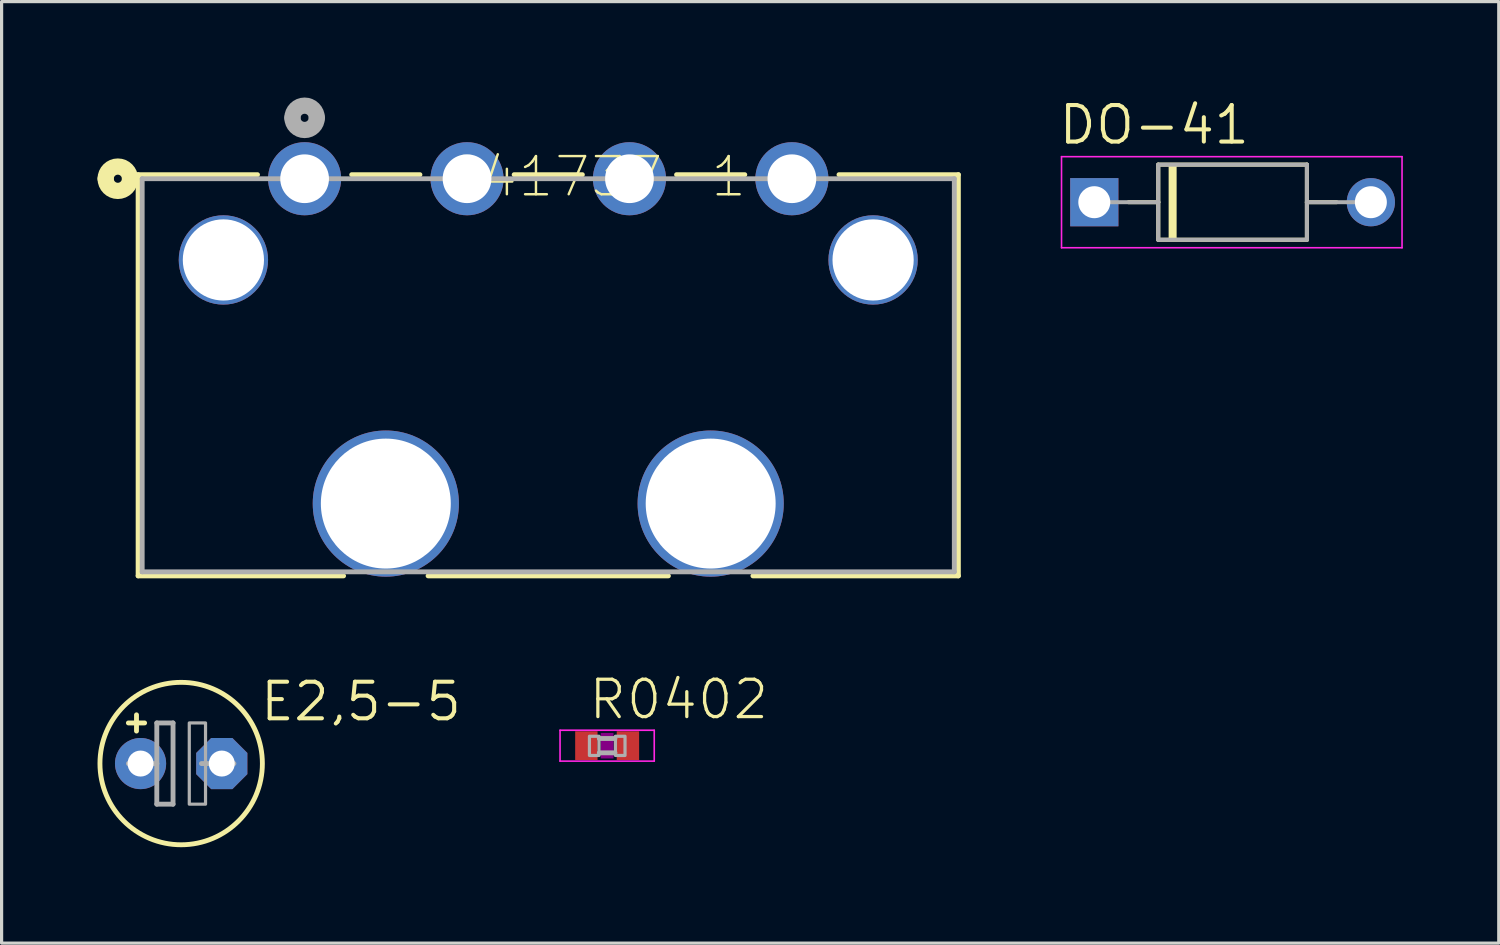
<source format=kicad_pcb>
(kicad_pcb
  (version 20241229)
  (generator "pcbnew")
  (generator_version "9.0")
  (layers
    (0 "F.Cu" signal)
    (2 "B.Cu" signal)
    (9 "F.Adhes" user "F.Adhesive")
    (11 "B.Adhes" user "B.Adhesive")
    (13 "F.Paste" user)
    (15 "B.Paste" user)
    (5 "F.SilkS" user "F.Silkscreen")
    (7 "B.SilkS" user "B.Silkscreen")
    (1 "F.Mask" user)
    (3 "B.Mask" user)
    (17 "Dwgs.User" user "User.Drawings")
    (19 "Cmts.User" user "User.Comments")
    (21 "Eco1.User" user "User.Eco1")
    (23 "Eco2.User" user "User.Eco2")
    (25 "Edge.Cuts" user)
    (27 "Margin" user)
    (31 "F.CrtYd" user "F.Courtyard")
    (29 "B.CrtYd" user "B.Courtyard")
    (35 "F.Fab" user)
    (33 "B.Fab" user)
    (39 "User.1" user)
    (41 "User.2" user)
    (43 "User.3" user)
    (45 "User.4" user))
  (footprint "R0402"
    (layer "F.Cu")
    (at 15.939 20.272)
    (property "Reference" "R0402" (at -0.635 -0.762 0) (layer "F.SilkS") (effects (font (size 1.168 1.168) (thickness 0.102)) (justify left bottom)))
    (fp_poly (pts (xy -0.2 0.4) (xy 0.2 0.4) (xy 0.2 -0.4) (xy -0.2 -0.4)) (stroke (width 0) (type default)) (fill yes) (layer "F.Adhes"))
    (fp_line (start -1.473 -0.483) (end 1.473 -0.483) (stroke (width 0.051) (type solid)) (layer "F.CrtYd"))
    (fp_line (start -1.473 0.483) (end -1.473 -0.483) (stroke (width 0.051) (type solid)) (layer "F.CrtYd"))
    (fp_line (start 1.473 -0.483) (end 1.473 0.483) (stroke (width 0.051) (type solid)) (layer "F.CrtYd"))
    (fp_line (start 1.473 0.483) (end -1.473 0.483) (stroke (width 0.051) (type solid)) (layer "F.CrtYd"))
    (fp_line (start -0.245 -0.224) (end 0.245 -0.224) (stroke (width 0.152) (type solid)) (layer "F.Fab"))
    (fp_line (start 0.245 0.224) (end -0.245 0.224) (stroke (width 0.152) (type solid)) (layer "F.Fab"))
    (fp_poly (pts (xy -0.554 0.305) (xy -0.254 0.305) (xy -0.254 -0.295) (xy -0.554 -0.295)) (stroke (width 0.1) (type default)) (fill no) (layer "F.Fab"))
    (fp_poly (pts (xy 0.259 0.305) (xy 0.559 0.305) (xy 0.559 -0.295) (xy 0.259 -0.295)) (stroke (width 0.1) (type default)) (fill no) (layer "F.Fab"))
    (pad "1" smd rect (at -0.65 0) (size 0.7 0.9) (layers "F.Cu" "F.Mask" "F.Paste"))
    (pad "2" smd rect (at 0.65 0) (size 0.7 0.9) (layers "F.Cu" "F.Mask" "F.Paste")))
  (footprint "641737-1"
    (layer "F.Cu")
    (at 21.717 2.54)
    (property "Reference" "641737-1" (at -10.897 0.635 0) (layer "F.SilkS") (effects (font (size 1.194 1.194) (thickness 0.076)) (justify left bottom)))
    (fp_line (start -20.447 -0.127) (end -20.447 12.421) (stroke (width 0.152) (type solid)) (layer "F.SilkS"))
    (fp_line (start -20.447 12.421) (end -14.021 12.421) (stroke (width 0.152) (type solid)) (layer "F.SilkS"))
    (fp_line (start -16.713 -0.127) (end -20.447 -0.127) (stroke (width 0.152) (type solid)) (layer "F.SilkS"))
    (fp_line (start -11.633 -0.127) (end -13.767 -0.127) (stroke (width 0.152) (type solid)) (layer "F.SilkS"))
    (fp_line (start -11.379 12.421) (end -3.861 12.421) (stroke (width 0.152) (type solid)) (layer "F.SilkS"))
    (fp_line (start -6.553 -0.127) (end -8.687 -0.127) (stroke (width 0.152) (type solid)) (layer "F.SilkS"))
    (fp_line (start -1.473 -0.127) (end -3.607 -0.127) (stroke (width 0.152) (type solid)) (layer "F.SilkS"))
    (fp_line (start -1.219 12.421) (end 5.207 12.421) (stroke (width 0.152) (type solid)) (layer "F.SilkS"))
    (fp_line (start 5.207 -0.127) (end 1.473 -0.127) (stroke (width 0.152) (type solid)) (layer "F.SilkS"))
    (fp_line (start 5.207 12.421) (end 5.207 -0.127) (stroke (width 0.152) (type solid)) (layer "F.SilkS"))
    (fp_arc (start -21.463 0) (mid -21.082 -0.381) (end -20.701 0) (stroke (width 0.508) (type solid)) (layer "F.SilkS"))
    (fp_arc (start -20.701 0) (mid -21.082 0.381) (end -21.463 0) (stroke (width 0.508) (type solid)) (layer "F.SilkS"))
    (fp_line (start -20.32 0) (end -20.32 12.294) (stroke (width 0.152) (type solid)) (layer "F.Fab"))
    (fp_line (start -20.32 12.294) (end 5.08 12.294) (stroke (width 0.152) (type solid)) (layer "F.Fab"))
    (fp_line (start 5.08 0) (end -20.32 0) (stroke (width 0.152) (type solid)) (layer "F.Fab"))
    (fp_line (start 5.08 12.294) (end 5.08 0) (stroke (width 0.152) (type solid)) (layer "F.Fab"))
    (fp_arc (start -15.621 -1.905) (mid -15.24 -2.286) (end -14.859 -1.905) (stroke (width 0.508) (type solid)) (layer "F.Fab"))
    (fp_arc (start -14.859 -1.905) (mid -15.24 -1.524) (end -15.621 -1.905) (stroke (width 0.508) (type solid)) (layer "F.Fab"))
    (pad "1" thru_hole circle (at -15.24 0) (size 2.286 2.286) (drill 1.524) (layers "*.Cu" "*.Mask"))
    (pad "2" thru_hole circle (at -10.16 0) (size 2.286 2.286) (drill 1.524) (layers "*.Cu" "*.Mask"))
    (pad "3" thru_hole circle (at -5.08 0) (size 2.286 2.286) (drill 1.524) (layers "*.Cu" "*.Mask"))
    (pad "4" thru_hole circle (at 0 0) (size 2.286 2.286) (drill 1.524) (layers "*.Cu" "*.Mask"))
    (pad "5" thru_hole circle (at -17.78 2.54) (size 2.794 2.794) (drill 2.54) (layers "*.Cu" "*.Mask"))
    (pad "6" thru_hole circle (at 2.54 2.54) (size 2.794 2.794) (drill 2.54) (layers "*.Cu" "*.Mask"))
    (pad "7" thru_hole circle (at -12.7 10.16) (size 4.572 4.572) (drill 4.064) (layers "*.Cu" "*.Mask"))
    (pad "8" thru_hole circle (at -2.54 10.16) (size 4.572 4.572) (drill 4.064) (layers "*.Cu" "*.Mask")))
  (footprint "E2,5-5"
    (layer "F.Cu")
    (at 2.616 20.831)
    (property "Reference" "E2,5-5" (at 2.413 -1.27 0) (layer "F.SilkS") (effects (font (size 1.143 1.143) (thickness 0.127)) (justify left bottom)))
    (fp_line (start -1.651 -1.27) (end -1.397 -1.27) (stroke (width 0.152) (type solid)) (layer "F.SilkS"))
    (fp_line (start -1.397 -1.27) (end -1.397 -1.524) (stroke (width 0.152) (type solid)) (layer "F.SilkS"))
    (fp_line (start -1.397 -1.27) (end -1.143 -1.27) (stroke (width 0.152) (type solid)) (layer "F.SilkS"))
    (fp_line (start -1.397 -1.016) (end -1.397 -1.27) (stroke (width 0.152) (type solid)) (layer "F.SilkS"))
    (fp_circle (center 0 0) (end 2.54 0) (stroke (width 0.152) (type solid)) (fill no) (layer "F.SilkS"))
    (fp_line (start -1.651 0) (end -0.762 0) (stroke (width 0.152) (type solid)) (layer "F.Fab"))
    (fp_line (start -0.762 -1.27) (end -0.762 0) (stroke (width 0.152) (type solid)) (layer "F.Fab"))
    (fp_line (start -0.762 0) (end -0.762 1.27) (stroke (width 0.152) (type solid)) (layer "F.Fab"))
    (fp_line (start -0.762 1.27) (end -0.254 1.27) (stroke (width 0.152) (type solid)) (layer "F.Fab"))
    (fp_line (start -0.254 -1.27) (end -0.762 -1.27) (stroke (width 0.152) (type solid)) (layer "F.Fab"))
    (fp_line (start -0.254 1.27) (end -0.254 -1.27) (stroke (width 0.152) (type solid)) (layer "F.Fab"))
    (fp_line (start 0.635 0) (end 1.651 0) (stroke (width 0.152) (type solid)) (layer "F.Fab"))
    (fp_poly (pts (xy 0.254 1.27) (xy 0.762 1.27) (xy 0.762 -1.27) (xy 0.254 -1.27)) (stroke (width 0.1) (type default)) (fill no) (layer "F.Fab"))
    (pad "+" thru_hole circle (at -1.27 0) (size 1.6 1.6) (drill 0.813) (layers "*.Cu" "*.Mask"))
    (pad "-" thru_hole roundrect (at 1.27 0) (size 1.6 1.6) (drill 0.813) (layers "*.Cu" "*.Mask") (roundrect_rratio 0.25) (chamfer_ratio 0.293) (chamfer top_left top_right bottom_left bottom_right)))
  (footprint "DO-41"
    (layer "F.Cu")
    (at 35.5 3.274)
    (property "Reference" "DO-41" (at -5.5 -1.75 0) (layer "F.SilkS") (effects (font (size 1.143 1.143) (thickness 0.127)) (justify left bottom)))
    (fp_line (start -3.25 0) (end -2.325 0) (stroke (width 0.127) (type solid)) (layer "F.SilkS"))
    (fp_line (start -2.325 -1.175) (end 2.325 -1.175) (stroke (width 0.127) (type solid)) (layer "F.SilkS"))
    (fp_line (start -2.325 0) (end -2.325 -1.175) (stroke (width 0.127) (type solid)) (layer "F.SilkS"))
    (fp_line (start -2.325 1.175) (end -2.325 0) (stroke (width 0.127) (type solid)) (layer "F.SilkS"))
    (fp_line (start 2.325 -1.175) (end 2.325 0) (stroke (width 0.127) (type solid)) (layer "F.SilkS"))
    (fp_line (start 2.325 0) (end 2.325 1.175) (stroke (width 0.127) (type solid)) (layer "F.SilkS"))
    (fp_line (start 2.325 0) (end 3.25 0) (stroke (width 0.127) (type solid)) (layer "F.SilkS"))
    (fp_line (start 2.325 1.175) (end -2.325 1.175) (stroke (width 0.127) (type solid)) (layer "F.SilkS"))
    (fp_poly (pts (xy -2 1.175) (xy -1.75 1.175) (xy -1.75 -1.175) (xy -2 -1.175)) (stroke (width 0) (type default)) (fill yes) (layer "F.SilkS"))
    (fp_line (start -5.35 -1.425) (end 5.3 -1.425) (stroke (width 0.05) (type solid)) (layer "F.CrtYd"))
    (fp_line (start -5.35 1.425) (end -5.35 -1.425) (stroke (width 0.05) (type solid)) (layer "F.CrtYd"))
    (fp_line (start 5.3 -1.425) (end 5.3 1.425) (stroke (width 0.05) (type solid)) (layer "F.CrtYd"))
    (fp_line (start 5.3 1.425) (end -5.35 1.425) (stroke (width 0.05) (type solid)) (layer "F.CrtYd"))
    (fp_line (start -2.325 -1.175) (end 2.325 -1.175) (stroke (width 0.127) (type solid)) (layer "F.Fab"))
    (fp_line (start -2.325 0) (end -4.325 0) (stroke (width 0.127) (type solid)) (layer "F.Fab"))
    (fp_line (start -2.325 0) (end -2.325 -1.175) (stroke (width 0.127) (type solid)) (layer "F.Fab"))
    (fp_line (start -2.325 1.175) (end -2.325 0) (stroke (width 0.127) (type solid)) (layer "F.Fab"))
    (fp_line (start 2.325 -1.175) (end 2.325 0) (stroke (width 0.127) (type solid)) (layer "F.Fab"))
    (fp_line (start 2.325 0) (end 2.325 1.175) (stroke (width 0.127) (type solid)) (layer "F.Fab"))
    (fp_line (start 2.325 0) (end 4.325 0) (stroke (width 0.127) (type solid)) (layer "F.Fab"))
    (fp_line (start 2.325 1.175) (end -2.325 1.175) (stroke (width 0.127) (type solid)) (layer "F.Fab"))
    (pad "A" thru_hole circle (at 4.325 0) (size 1.508 1.508) (drill 1) (layers "*.Cu" "*.Mask"))
    (pad "C" thru_hole rect (at -4.325 0) (size 1.508 1.508) (drill 1) (layers "*.Cu" "*.Mask")))
  (gr_rect
    (start -3 -3)
    (end 43.825 26.447)
    (stroke (width 0.1) (type default))
    (fill no)
    (layer "Edge.Cuts")))
</source>
